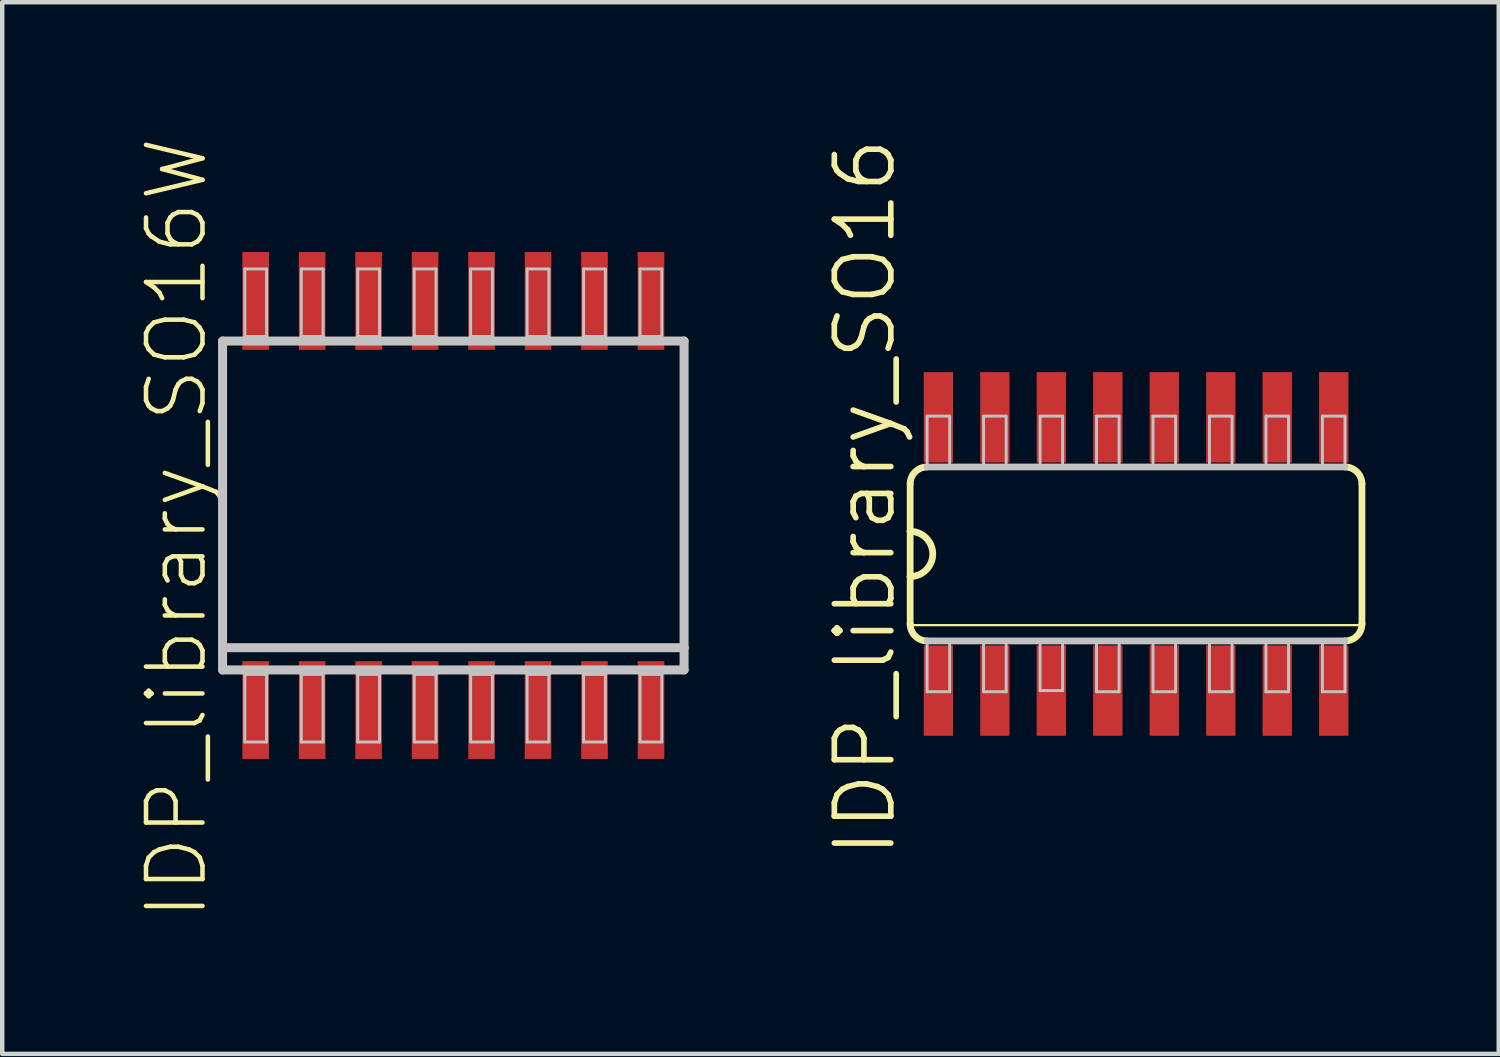
<source format=kicad_pcb>
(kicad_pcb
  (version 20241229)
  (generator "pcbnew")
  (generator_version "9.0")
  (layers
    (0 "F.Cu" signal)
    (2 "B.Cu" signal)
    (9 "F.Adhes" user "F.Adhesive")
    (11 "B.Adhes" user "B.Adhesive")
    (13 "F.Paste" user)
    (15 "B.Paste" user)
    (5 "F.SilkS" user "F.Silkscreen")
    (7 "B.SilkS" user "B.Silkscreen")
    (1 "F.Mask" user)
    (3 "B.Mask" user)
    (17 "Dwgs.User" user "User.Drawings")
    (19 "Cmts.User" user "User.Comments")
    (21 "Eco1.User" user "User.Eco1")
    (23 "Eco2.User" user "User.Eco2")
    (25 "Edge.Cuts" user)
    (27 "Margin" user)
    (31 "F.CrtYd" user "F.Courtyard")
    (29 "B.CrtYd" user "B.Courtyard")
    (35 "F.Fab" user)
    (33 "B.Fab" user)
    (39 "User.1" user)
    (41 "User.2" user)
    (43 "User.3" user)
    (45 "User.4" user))
  (footprint "IDP_library_SO16W"
    (layer "F.Cu")
    (at 7.144 8.317)
    (property "Reference" "IDP_library_SO16W" (at -6.223 0.508 90) (layer "F.SilkS") (effects (font (size 1.27 1.27) (thickness 0.102))))
    (attr smd)
    (fp_line (start -5.189 -3.698) (end 5.189 -3.698) (stroke (width 0.203) (type solid)) (layer "Dwgs.User"))
    (fp_line (start -5.189 3.198) (end -5.189 -3.698) (stroke (width 0.203) (type solid)) (layer "Dwgs.User"))
    (fp_line (start -5.189 3.698) (end -5.189 3.198) (stroke (width 0.203) (type solid)) (layer "Dwgs.User"))
    (fp_line (start -4.689 -5.319) (end -4.199 -5.319) (stroke (width 0.066) (type solid)) (layer "Dwgs.User"))
    (fp_line (start -4.689 -3.8) (end -4.689 -5.319) (stroke (width 0.066) (type solid)) (layer "Dwgs.User"))
    (fp_line (start -4.689 -3.8) (end -4.199 -3.8) (stroke (width 0.066) (type solid)) (layer "Dwgs.User"))
    (fp_line (start -4.689 3.8) (end -4.199 3.8) (stroke (width 0.066) (type solid)) (layer "Dwgs.User"))
    (fp_line (start -4.689 5.319) (end -4.689 3.8) (stroke (width 0.066) (type solid)) (layer "Dwgs.User"))
    (fp_line (start -4.689 5.319) (end -4.199 5.319) (stroke (width 0.066) (type solid)) (layer "Dwgs.User"))
    (fp_line (start -4.199 -3.8) (end -4.199 -5.319) (stroke (width 0.066) (type solid)) (layer "Dwgs.User"))
    (fp_line (start -4.199 5.319) (end -4.199 3.8) (stroke (width 0.066) (type solid)) (layer "Dwgs.User"))
    (fp_line (start -3.419 -5.319) (end -2.929 -5.319) (stroke (width 0.066) (type solid)) (layer "Dwgs.User"))
    (fp_line (start -3.419 -3.8) (end -3.419 -5.319) (stroke (width 0.066) (type solid)) (layer "Dwgs.User"))
    (fp_line (start -3.419 -3.8) (end -2.929 -3.8) (stroke (width 0.066) (type solid)) (layer "Dwgs.User"))
    (fp_line (start -3.419 3.8) (end -2.929 3.8) (stroke (width 0.066) (type solid)) (layer "Dwgs.User"))
    (fp_line (start -3.419 5.319) (end -3.419 3.8) (stroke (width 0.066) (type solid)) (layer "Dwgs.User"))
    (fp_line (start -3.419 5.319) (end -2.929 5.319) (stroke (width 0.066) (type solid)) (layer "Dwgs.User"))
    (fp_line (start -2.929 -3.8) (end -2.929 -5.319) (stroke (width 0.066) (type solid)) (layer "Dwgs.User"))
    (fp_line (start -2.929 5.319) (end -2.929 3.8) (stroke (width 0.066) (type solid)) (layer "Dwgs.User"))
    (fp_line (start -2.149 -5.319) (end -1.659 -5.319) (stroke (width 0.066) (type solid)) (layer "Dwgs.User"))
    (fp_line (start -2.149 -3.8) (end -2.149 -5.319) (stroke (width 0.066) (type solid)) (layer "Dwgs.User"))
    (fp_line (start -2.149 -3.8) (end -1.659 -3.8) (stroke (width 0.066) (type solid)) (layer "Dwgs.User"))
    (fp_line (start -2.149 3.8) (end -1.659 3.8) (stroke (width 0.066) (type solid)) (layer "Dwgs.User"))
    (fp_line (start -2.149 5.319) (end -2.149 3.8) (stroke (width 0.066) (type solid)) (layer "Dwgs.User"))
    (fp_line (start -2.149 5.319) (end -1.659 5.319) (stroke (width 0.066) (type solid)) (layer "Dwgs.User"))
    (fp_line (start -1.659 -3.8) (end -1.659 -5.319) (stroke (width 0.066) (type solid)) (layer "Dwgs.User"))
    (fp_line (start -1.659 5.319) (end -1.659 3.8) (stroke (width 0.066) (type solid)) (layer "Dwgs.User"))
    (fp_line (start -0.879 -5.319) (end -0.389 -5.319) (stroke (width 0.066) (type solid)) (layer "Dwgs.User"))
    (fp_line (start -0.879 -3.8) (end -0.879 -5.319) (stroke (width 0.066) (type solid)) (layer "Dwgs.User"))
    (fp_line (start -0.879 -3.8) (end -0.389 -3.8) (stroke (width 0.066) (type solid)) (layer "Dwgs.User"))
    (fp_line (start -0.879 3.8) (end -0.389 3.8) (stroke (width 0.066) (type solid)) (layer "Dwgs.User"))
    (fp_line (start -0.879 5.319) (end -0.879 3.8) (stroke (width 0.066) (type solid)) (layer "Dwgs.User"))
    (fp_line (start -0.879 5.319) (end -0.389 5.319) (stroke (width 0.066) (type solid)) (layer "Dwgs.User"))
    (fp_line (start -0.389 -3.8) (end -0.389 -5.319) (stroke (width 0.066) (type solid)) (layer "Dwgs.User"))
    (fp_line (start -0.389 5.319) (end -0.389 3.8) (stroke (width 0.066) (type solid)) (layer "Dwgs.User"))
    (fp_line (start 0.389 -5.319) (end 0.879 -5.319) (stroke (width 0.066) (type solid)) (layer "Dwgs.User"))
    (fp_line (start 0.389 -3.8) (end 0.389 -5.319) (stroke (width 0.066) (type solid)) (layer "Dwgs.User"))
    (fp_line (start 0.389 -3.8) (end 0.879 -3.8) (stroke (width 0.066) (type solid)) (layer "Dwgs.User"))
    (fp_line (start 0.389 3.8) (end 0.879 3.8) (stroke (width 0.066) (type solid)) (layer "Dwgs.User"))
    (fp_line (start 0.389 5.319) (end 0.389 3.8) (stroke (width 0.066) (type solid)) (layer "Dwgs.User"))
    (fp_line (start 0.389 5.319) (end 0.879 5.319) (stroke (width 0.066) (type solid)) (layer "Dwgs.User"))
    (fp_line (start 0.879 -3.8) (end 0.879 -5.319) (stroke (width 0.066) (type solid)) (layer "Dwgs.User"))
    (fp_line (start 0.879 5.319) (end 0.879 3.8) (stroke (width 0.066) (type solid)) (layer "Dwgs.User"))
    (fp_line (start 1.659 -5.319) (end 2.149 -5.319) (stroke (width 0.066) (type solid)) (layer "Dwgs.User"))
    (fp_line (start 1.659 -3.8) (end 1.659 -5.319) (stroke (width 0.066) (type solid)) (layer "Dwgs.User"))
    (fp_line (start 1.659 -3.8) (end 2.149 -3.8) (stroke (width 0.066) (type solid)) (layer "Dwgs.User"))
    (fp_line (start 1.659 3.8) (end 2.149 3.8) (stroke (width 0.066) (type solid)) (layer "Dwgs.User"))
    (fp_line (start 1.659 5.319) (end 1.659 3.8) (stroke (width 0.066) (type solid)) (layer "Dwgs.User"))
    (fp_line (start 1.659 5.319) (end 2.149 5.319) (stroke (width 0.066) (type solid)) (layer "Dwgs.User"))
    (fp_line (start 2.149 -3.8) (end 2.149 -5.319) (stroke (width 0.066) (type solid)) (layer "Dwgs.User"))
    (fp_line (start 2.149 5.319) (end 2.149 3.8) (stroke (width 0.066) (type solid)) (layer "Dwgs.User"))
    (fp_line (start 2.929 -5.319) (end 3.419 -5.319) (stroke (width 0.066) (type solid)) (layer "Dwgs.User"))
    (fp_line (start 2.929 -3.8) (end 2.929 -5.319) (stroke (width 0.066) (type solid)) (layer "Dwgs.User"))
    (fp_line (start 2.929 -3.8) (end 3.419 -3.8) (stroke (width 0.066) (type solid)) (layer "Dwgs.User"))
    (fp_line (start 2.929 3.8) (end 3.419 3.8) (stroke (width 0.066) (type solid)) (layer "Dwgs.User"))
    (fp_line (start 2.929 5.319) (end 2.929 3.8) (stroke (width 0.066) (type solid)) (layer "Dwgs.User"))
    (fp_line (start 2.929 5.319) (end 3.419 5.319) (stroke (width 0.066) (type solid)) (layer "Dwgs.User"))
    (fp_line (start 3.419 -3.8) (end 3.419 -5.319) (stroke (width 0.066) (type solid)) (layer "Dwgs.User"))
    (fp_line (start 3.419 5.319) (end 3.419 3.8) (stroke (width 0.066) (type solid)) (layer "Dwgs.User"))
    (fp_line (start 4.199 -5.319) (end 4.689 -5.319) (stroke (width 0.066) (type solid)) (layer "Dwgs.User"))
    (fp_line (start 4.199 -3.8) (end 4.199 -5.319) (stroke (width 0.066) (type solid)) (layer "Dwgs.User"))
    (fp_line (start 4.199 -3.8) (end 4.689 -3.8) (stroke (width 0.066) (type solid)) (layer "Dwgs.User"))
    (fp_line (start 4.199 3.8) (end 4.689 3.8) (stroke (width 0.066) (type solid)) (layer "Dwgs.User"))
    (fp_line (start 4.199 5.319) (end 4.199 3.8) (stroke (width 0.066) (type solid)) (layer "Dwgs.User"))
    (fp_line (start 4.199 5.319) (end 4.689 5.319) (stroke (width 0.066) (type solid)) (layer "Dwgs.User"))
    (fp_line (start 4.689 -3.8) (end 4.689 -5.319) (stroke (width 0.066) (type solid)) (layer "Dwgs.User"))
    (fp_line (start 4.689 5.319) (end 4.689 3.8) (stroke (width 0.066) (type solid)) (layer "Dwgs.User"))
    (fp_line (start 5.189 -3.698) (end 5.189 3.198) (stroke (width 0.203) (type solid)) (layer "Dwgs.User"))
    (fp_line (start 5.189 3.198) (end -5.189 3.198) (stroke (width 0.203) (type solid)) (layer "Dwgs.User"))
    (fp_line (start 5.189 3.198) (end 5.189 3.698) (stroke (width 0.203) (type solid)) (layer "Dwgs.User"))
    (fp_line (start 5.189 3.698) (end -5.189 3.698) (stroke (width 0.203) (type solid)) (layer "Dwgs.User"))
    (pad "1" smd rect (at -4.445 4.6) (size 0.599 2.2) (layers "F.Cu" "F.Mask" "F.Paste"))
    (pad "2" smd rect (at -3.175 4.6) (size 0.599 2.2) (layers "F.Cu" "F.Mask" "F.Paste"))
    (pad "3" smd rect (at -1.905 4.6) (size 0.599 2.2) (layers "F.Cu" "F.Mask" "F.Paste"))
    (pad "4" smd rect (at -0.635 4.6) (size 0.599 2.2) (layers "F.Cu" "F.Mask" "F.Paste"))
    (pad "5" smd rect (at 0.635 4.6) (size 0.599 2.2) (layers "F.Cu" "F.Mask" "F.Paste"))
    (pad "6" smd rect (at 1.905 4.6) (size 0.599 2.2) (layers "F.Cu" "F.Mask" "F.Paste"))
    (pad "7" smd rect (at 3.175 4.6) (size 0.599 2.2) (layers "F.Cu" "F.Mask" "F.Paste"))
    (pad "8" smd rect (at 4.445 4.6) (size 0.599 2.2) (layers "F.Cu" "F.Mask" "F.Paste"))
    (pad "9" smd rect (at 4.445 -4.6) (size 0.599 2.2) (layers "F.Cu" "F.Mask" "F.Paste"))
    (pad "10" smd rect (at 3.175 -4.6) (size 0.599 2.2) (layers "F.Cu" "F.Mask" "F.Paste"))
    (pad "11" smd rect (at 1.905 -4.6) (size 0.599 2.2) (layers "F.Cu" "F.Mask" "F.Paste"))
    (pad "12" smd rect (at 0.635 -4.6) (size 0.599 2.2) (layers "F.Cu" "F.Mask" "F.Paste"))
    (pad "13" smd rect (at -0.635 -4.6) (size 0.599 2.2) (layers "F.Cu" "F.Mask" "F.Paste"))
    (pad "14" smd rect (at -1.905 -4.6) (size 0.599 2.2) (layers "F.Cu" "F.Mask" "F.Paste"))
    (pad "15" smd rect (at -3.175 -4.6) (size 0.599 2.2) (layers "F.Cu" "F.Mask" "F.Paste"))
    (pad "16" smd rect (at -4.445 -4.6) (size 0.599 2.2) (layers "F.Cu" "F.Mask" "F.Paste")))
  (footprint "IDP_library_SO16"
    (layer "F.Cu")
    (at 22.497 9.407)
    (property "Reference" "IDP_library_SO16" (at -6.096 -1.27 90) (layer "F.SilkS") (effects (font (size 1.27 1.27) (thickness 0.127))))
    (attr smd)
    (fp_line (start -5.08 -1.575) (end -5.08 -0.508) (stroke (width 0.152) (type solid)) (layer "F.SilkS"))
    (fp_line (start -5.08 -0.508) (end -5.08 0.508) (stroke (width 0.152) (type solid)) (layer "F.SilkS"))
    (fp_line (start -5.08 0.508) (end -5.08 1.575) (stroke (width 0.152) (type solid)) (layer "F.SilkS"))
    (fp_line (start -5.08 1.6) (end 5.08 1.6) (stroke (width 0.051) (type solid)) (layer "F.SilkS"))
    (fp_line (start 5.08 1.575) (end 5.08 -1.575) (stroke (width 0.152) (type solid)) (layer "F.SilkS"))
    (fp_arc (start -5.08 -1.5748) (mid -4.968408 -1.844208) (end -4.699 -1.9558) (stroke (width 0.1524) (type solid)) (layer "F.SilkS"))
    (fp_arc (start -5.08 -0.508) (mid -4.572 0) (end -5.08 0.508) (stroke (width 0.1524) (type solid)) (layer "F.SilkS"))
    (fp_arc (start -4.699 1.9558) (mid -4.968408 1.844208) (end -5.08 1.5748) (stroke (width 0.1524) (type solid)) (layer "F.SilkS"))
    (fp_arc (start 4.699 -1.9558) (mid 4.968408 -1.844208) (end 5.08 -1.5748) (stroke (width 0.1524) (type solid)) (layer "F.SilkS"))
    (fp_arc (start 5.08 1.5748) (mid 4.968408 1.844208) (end 4.699 1.9558) (stroke (width 0.1524) (type solid)) (layer "F.SilkS"))
    (fp_line (start -4.699 -3.099) (end -4.191 -3.099) (stroke (width 0.066) (type solid)) (layer "Dwgs.User"))
    (fp_line (start -4.699 -1.956) (end -4.699 -3.099) (stroke (width 0.066) (type solid)) (layer "Dwgs.User"))
    (fp_line (start -4.699 -1.956) (end -4.191 -1.956) (stroke (width 0.066) (type solid)) (layer "Dwgs.User"))
    (fp_line (start -4.699 1.956) (end -4.191 1.956) (stroke (width 0.066) (type solid)) (layer "Dwgs.User"))
    (fp_line (start -4.699 1.956) (end 4.699 1.956) (stroke (width 0.152) (type solid)) (layer "Dwgs.User"))
    (fp_line (start -4.699 3.099) (end -4.699 1.956) (stroke (width 0.066) (type solid)) (layer "Dwgs.User"))
    (fp_line (start -4.699 3.099) (end -4.191 3.099) (stroke (width 0.066) (type solid)) (layer "Dwgs.User"))
    (fp_line (start -4.191 -1.956) (end -4.191 -3.099) (stroke (width 0.066) (type solid)) (layer "Dwgs.User"))
    (fp_line (start -4.191 3.099) (end -4.191 1.956) (stroke (width 0.066) (type solid)) (layer "Dwgs.User"))
    (fp_line (start -3.429 -3.099) (end -2.921 -3.099) (stroke (width 0.066) (type solid)) (layer "Dwgs.User"))
    (fp_line (start -3.429 -1.956) (end -3.429 -3.099) (stroke (width 0.066) (type solid)) (layer "Dwgs.User"))
    (fp_line (start -3.429 -1.956) (end -2.921 -1.956) (stroke (width 0.066) (type solid)) (layer "Dwgs.User"))
    (fp_line (start -3.429 1.956) (end -2.921 1.956) (stroke (width 0.066) (type solid)) (layer "Dwgs.User"))
    (fp_line (start -3.429 3.099) (end -3.429 1.956) (stroke (width 0.066) (type solid)) (layer "Dwgs.User"))
    (fp_line (start -3.429 3.099) (end -2.921 3.099) (stroke (width 0.066) (type solid)) (layer "Dwgs.User"))
    (fp_line (start -2.921 -1.956) (end -2.921 -3.099) (stroke (width 0.066) (type solid)) (layer "Dwgs.User"))
    (fp_line (start -2.921 3.099) (end -2.921 1.956) (stroke (width 0.066) (type solid)) (layer "Dwgs.User"))
    (fp_line (start -2.159 -3.099) (end -1.651 -3.099) (stroke (width 0.066) (type solid)) (layer "Dwgs.User"))
    (fp_line (start -2.159 -1.956) (end -2.159 -3.099) (stroke (width 0.066) (type solid)) (layer "Dwgs.User"))
    (fp_line (start -2.159 -1.956) (end -1.651 -1.956) (stroke (width 0.066) (type solid)) (layer "Dwgs.User"))
    (fp_line (start -2.159 1.93) (end -1.651 1.93) (stroke (width 0.066) (type solid)) (layer "Dwgs.User"))
    (fp_line (start -2.159 3.073) (end -2.159 1.93) (stroke (width 0.066) (type solid)) (layer "Dwgs.User"))
    (fp_line (start -2.159 3.073) (end -1.651 3.073) (stroke (width 0.066) (type solid)) (layer "Dwgs.User"))
    (fp_line (start -1.651 -1.956) (end -1.651 -3.099) (stroke (width 0.066) (type solid)) (layer "Dwgs.User"))
    (fp_line (start -1.651 3.073) (end -1.651 1.93) (stroke (width 0.066) (type solid)) (layer "Dwgs.User"))
    (fp_line (start -0.889 -3.099) (end -0.381 -3.099) (stroke (width 0.066) (type solid)) (layer "Dwgs.User"))
    (fp_line (start -0.889 -1.956) (end -0.889 -3.099) (stroke (width 0.066) (type solid)) (layer "Dwgs.User"))
    (fp_line (start -0.889 -1.956) (end -0.381 -1.956) (stroke (width 0.066) (type solid)) (layer "Dwgs.User"))
    (fp_line (start -0.889 1.956) (end -0.381 1.956) (stroke (width 0.066) (type solid)) (layer "Dwgs.User"))
    (fp_line (start -0.889 3.099) (end -0.889 1.956) (stroke (width 0.066) (type solid)) (layer "Dwgs.User"))
    (fp_line (start -0.889 3.099) (end -0.381 3.099) (stroke (width 0.066) (type solid)) (layer "Dwgs.User"))
    (fp_line (start -0.381 -1.956) (end -0.381 -3.099) (stroke (width 0.066) (type solid)) (layer "Dwgs.User"))
    (fp_line (start -0.381 3.099) (end -0.381 1.956) (stroke (width 0.066) (type solid)) (layer "Dwgs.User"))
    (fp_line (start 0.381 -3.099) (end 0.889 -3.099) (stroke (width 0.066) (type solid)) (layer "Dwgs.User"))
    (fp_line (start 0.381 -1.956) (end 0.381 -3.099) (stroke (width 0.066) (type solid)) (layer "Dwgs.User"))
    (fp_line (start 0.381 -1.956) (end 0.889 -1.956) (stroke (width 0.066) (type solid)) (layer "Dwgs.User"))
    (fp_line (start 0.381 1.956) (end 0.889 1.956) (stroke (width 0.066) (type solid)) (layer "Dwgs.User"))
    (fp_line (start 0.381 3.099) (end 0.381 1.956) (stroke (width 0.066) (type solid)) (layer "Dwgs.User"))
    (fp_line (start 0.381 3.099) (end 0.889 3.099) (stroke (width 0.066) (type solid)) (layer "Dwgs.User"))
    (fp_line (start 0.889 -1.956) (end 0.889 -3.099) (stroke (width 0.066) (type solid)) (layer "Dwgs.User"))
    (fp_line (start 0.889 3.099) (end 0.889 1.956) (stroke (width 0.066) (type solid)) (layer "Dwgs.User"))
    (fp_line (start 1.651 -3.099) (end 2.159 -3.099) (stroke (width 0.066) (type solid)) (layer "Dwgs.User"))
    (fp_line (start 1.651 -1.956) (end 1.651 -3.099) (stroke (width 0.066) (type solid)) (layer "Dwgs.User"))
    (fp_line (start 1.651 -1.956) (end 2.159 -1.956) (stroke (width 0.066) (type solid)) (layer "Dwgs.User"))
    (fp_line (start 1.651 1.956) (end 2.159 1.956) (stroke (width 0.066) (type solid)) (layer "Dwgs.User"))
    (fp_line (start 1.651 3.099) (end 1.651 1.956) (stroke (width 0.066) (type solid)) (layer "Dwgs.User"))
    (fp_line (start 1.651 3.099) (end 2.159 3.099) (stroke (width 0.066) (type solid)) (layer "Dwgs.User"))
    (fp_line (start 2.159 -1.956) (end 2.159 -3.099) (stroke (width 0.066) (type solid)) (layer "Dwgs.User"))
    (fp_line (start 2.159 3.099) (end 2.159 1.956) (stroke (width 0.066) (type solid)) (layer "Dwgs.User"))
    (fp_line (start 2.921 -3.099) (end 3.429 -3.099) (stroke (width 0.066) (type solid)) (layer "Dwgs.User"))
    (fp_line (start 2.921 -1.956) (end 2.921 -3.099) (stroke (width 0.066) (type solid)) (layer "Dwgs.User"))
    (fp_line (start 2.921 -1.956) (end 3.429 -1.956) (stroke (width 0.066) (type solid)) (layer "Dwgs.User"))
    (fp_line (start 2.921 1.956) (end 3.429 1.956) (stroke (width 0.066) (type solid)) (layer "Dwgs.User"))
    (fp_line (start 2.921 3.099) (end 2.921 1.956) (stroke (width 0.066) (type solid)) (layer "Dwgs.User"))
    (fp_line (start 2.921 3.099) (end 3.429 3.099) (stroke (width 0.066) (type solid)) (layer "Dwgs.User"))
    (fp_line (start 3.429 -1.956) (end 3.429 -3.099) (stroke (width 0.066) (type solid)) (layer "Dwgs.User"))
    (fp_line (start 3.429 3.099) (end 3.429 1.956) (stroke (width 0.066) (type solid)) (layer "Dwgs.User"))
    (fp_line (start 4.191 -3.099) (end 4.699 -3.099) (stroke (width 0.066) (type solid)) (layer "Dwgs.User"))
    (fp_line (start 4.191 -1.956) (end 4.191 -3.099) (stroke (width 0.066) (type solid)) (layer "Dwgs.User"))
    (fp_line (start 4.191 -1.956) (end 4.699 -1.956) (stroke (width 0.066) (type solid)) (layer "Dwgs.User"))
    (fp_line (start 4.191 1.956) (end 4.699 1.956) (stroke (width 0.066) (type solid)) (layer "Dwgs.User"))
    (fp_line (start 4.191 3.099) (end 4.191 1.956) (stroke (width 0.066) (type solid)) (layer "Dwgs.User"))
    (fp_line (start 4.191 3.099) (end 4.699 3.099) (stroke (width 0.066) (type solid)) (layer "Dwgs.User"))
    (fp_line (start 4.699 -1.956) (end -4.699 -1.956) (stroke (width 0.152) (type solid)) (layer "Dwgs.User"))
    (fp_line (start 4.699 -1.956) (end 4.699 -3.099) (stroke (width 0.066) (type solid)) (layer "Dwgs.User"))
    (fp_line (start 4.699 3.099) (end 4.699 1.956) (stroke (width 0.066) (type solid)) (layer "Dwgs.User"))
    (pad "1" smd rect (at -4.445 3.073) (size 0.66 2.032) (layers "F.Cu" "F.Mask" "F.Paste"))
    (pad "2" smd rect (at -3.175 3.073) (size 0.66 2.032) (layers "F.Cu" "F.Mask" "F.Paste"))
    (pad "3" smd rect (at -1.905 3.073) (size 0.66 2.032) (layers "F.Cu" "F.Mask" "F.Paste"))
    (pad "4" smd rect (at -0.635 3.073) (size 0.66 2.032) (layers "F.Cu" "F.Mask" "F.Paste"))
    (pad "5" smd rect (at 0.635 3.073) (size 0.66 2.032) (layers "F.Cu" "F.Mask" "F.Paste"))
    (pad "6" smd rect (at 1.905 3.073) (size 0.66 2.032) (layers "F.Cu" "F.Mask" "F.Paste"))
    (pad "7" smd rect (at 3.175 3.073) (size 0.66 2.032) (layers "F.Cu" "F.Mask" "F.Paste"))
    (pad "8" smd rect (at 4.445 3.073) (size 0.66 2.032) (layers "F.Cu" "F.Mask" "F.Paste"))
    (pad "9" smd rect (at 4.445 -3.073) (size 0.66 2.032) (layers "F.Cu" "F.Mask" "F.Paste"))
    (pad "10" smd rect (at 3.175 -3.073) (size 0.66 2.032) (layers "F.Cu" "F.Mask" "F.Paste"))
    (pad "11" smd rect (at 1.905 -3.073) (size 0.66 2.032) (layers "F.Cu" "F.Mask" "F.Paste"))
    (pad "12" smd rect (at 0.635 -3.073) (size 0.66 2.032) (layers "F.Cu" "F.Mask" "F.Paste"))
    (pad "13" smd rect (at -0.635 -3.073) (size 0.66 2.032) (layers "F.Cu" "F.Mask" "F.Paste"))
    (pad "14" smd rect (at -1.905 -3.073) (size 0.66 2.032) (layers "F.Cu" "F.Mask" "F.Paste"))
    (pad "15" smd rect (at -3.175 -3.073) (size 0.66 2.032) (layers "F.Cu" "F.Mask" "F.Paste"))
    (pad "16" smd rect (at -4.445 -3.073) (size 0.66 2.032) (layers "F.Cu" "F.Mask" "F.Paste")))
  (gr_rect
    (start -3 -3)
    (end 30.653 20.649)
    (stroke (width 0.1) (type default))
    (fill no)
    (layer "Edge.Cuts")))
</source>
